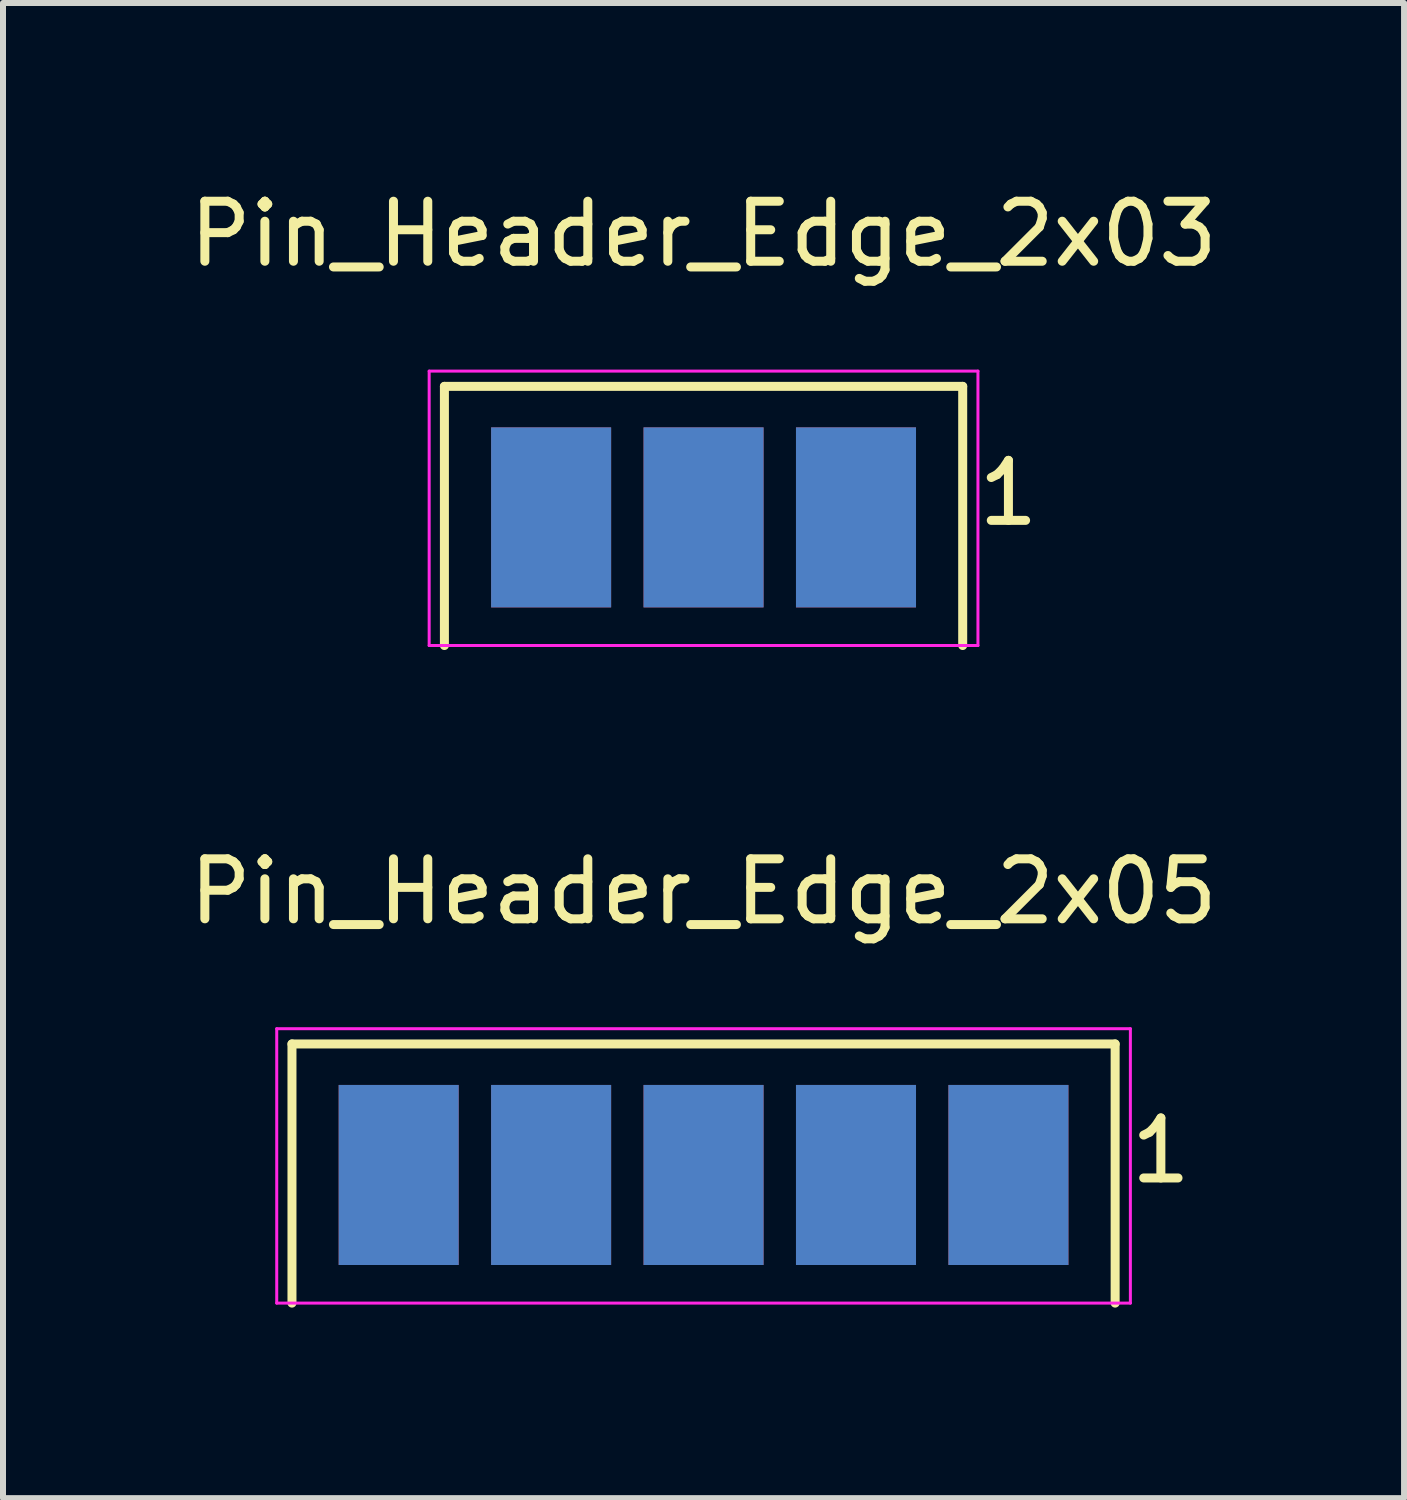
<source format=kicad_pcb>
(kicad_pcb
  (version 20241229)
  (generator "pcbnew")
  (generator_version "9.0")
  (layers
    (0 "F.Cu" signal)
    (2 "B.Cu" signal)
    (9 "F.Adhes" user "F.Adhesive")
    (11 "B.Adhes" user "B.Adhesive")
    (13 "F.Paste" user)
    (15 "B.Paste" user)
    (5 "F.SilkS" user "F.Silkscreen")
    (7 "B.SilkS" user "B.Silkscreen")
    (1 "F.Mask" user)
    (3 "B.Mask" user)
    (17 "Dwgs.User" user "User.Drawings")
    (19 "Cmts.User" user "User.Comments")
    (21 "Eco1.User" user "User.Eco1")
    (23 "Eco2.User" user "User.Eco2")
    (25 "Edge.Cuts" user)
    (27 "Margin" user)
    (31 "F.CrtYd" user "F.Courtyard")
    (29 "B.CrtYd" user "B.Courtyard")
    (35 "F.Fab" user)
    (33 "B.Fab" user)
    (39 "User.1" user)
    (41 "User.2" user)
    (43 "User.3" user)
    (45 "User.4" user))
  (footprint "Pin_Header_Edge_2x05"
    (layer "F.Cu")
    (at 8.673 18.663)
    (property "Reference" "Pin_Header_Edge_2x05" (at 0 -6.858 0) (layer "F.SilkS") (effects (font (size 1 1) (thickness 0.15))))
    (attr through_hole)
    (fp_line (start -6.858 -4.318) (end -6.858 0) (stroke (width 0.15) (type solid)) (layer "F.SilkS"))
    (fp_line (start -6.858 -4.318) (end 6.858 -4.318) (stroke (width 0.15) (type solid)) (layer "F.SilkS"))
    (fp_line (start 6.858 -4.318) (end 6.858 0) (stroke (width 0.15) (type solid)) (layer "F.SilkS"))
    (fp_line (start -7.112 -4.572) (end -7.112 0) (stroke (width 0.05) (type solid)) (layer "F.CrtYd"))
    (fp_line (start -7.112 -4.572) (end 7.112 -4.572) (stroke (width 0.05) (type solid)) (layer "F.CrtYd"))
    (fp_line (start -7.112 0) (end 7.112 0) (stroke (width 0.05) (type solid)) (layer "F.CrtYd"))
    (fp_line (start 7.112 -4.572) (end 7.112 0) (stroke (width 0.05) (type solid)) (layer "F.CrtYd"))
    (fp_text user "1" (at 7.62 -2.54 0) (layer "F.SilkS") (effects (font (size 1 1) (thickness 0.15))))
    (pad "1" smd rect (at 5.08 -2.135 180) (size 2 3) (layers "F.Cu" "F.Mask"))
    (pad "2" smd rect (at 5.08 -2.135 180) (size 2 3) (layers "B.Cu" "B.Mask"))
    (pad "3" smd rect (at 2.54 -2.135) (size 2 3) (layers "F.Cu" "F.Mask"))
    (pad "4" smd rect (at 2.54 -2.135) (size 2 3) (layers "B.Cu" "B.Mask"))
    (pad "5" smd rect (at 0 -2.135) (size 2 3) (layers "F.Cu" "F.Mask"))
    (pad "6" smd rect (at 0 -2.135) (size 2 3) (layers "B.Cu" "B.Mask"))
    (pad "7" smd rect (at -2.54 -2.135) (size 2 3) (layers "F.Cu" "F.Mask"))
    (pad "8" smd rect (at -2.54 -2.135) (size 2 3) (layers "B.Cu" "B.Mask"))
    (pad "9" smd rect (at -5.08 -2.135) (size 2 3) (layers "F.Cu" "F.Mask"))
    (pad "10" smd rect (at -5.08 -2.135) (size 2 3) (layers "B.Cu" "B.Mask")))
  (footprint "Pin_Header_Edge_2x03"
    (layer "F.Cu")
    (at 8.673 7.706)
    (property "Reference" "Pin_Header_Edge_2x03" (at 0 -6.858 0) (layer "F.SilkS") (effects (font (size 1 1) (thickness 0.15))))
    (attr through_hole)
    (fp_line (start -4.318 -4.318) (end -4.318 0) (stroke (width 0.15) (type solid)) (layer "F.SilkS"))
    (fp_line (start -4.318 -4.318) (end 4.318 -4.318) (stroke (width 0.15) (type solid)) (layer "F.SilkS"))
    (fp_line (start 4.318 -4.318) (end 4.318 0) (stroke (width 0.15) (type solid)) (layer "F.SilkS"))
    (fp_line (start -4.572 -4.572) (end -4.572 0) (stroke (width 0.05) (type solid)) (layer "F.CrtYd"))
    (fp_line (start 4.572 -4.572) (end -4.572 -4.572) (stroke (width 0.05) (type solid)) (layer "F.CrtYd"))
    (fp_line (start 4.572 -4.572) (end 4.572 0) (stroke (width 0.05) (type solid)) (layer "F.CrtYd"))
    (fp_line (start 4.572 0) (end -4.572 0) (stroke (width 0.05) (type solid)) (layer "F.CrtYd"))
    (fp_text user "1" (at 5.08 -2.54 0) (layer "F.SilkS") (effects (font (size 1 1) (thickness 0.15))))
    (pad "1" smd rect (at 2.54 -2.135 180) (size 2 3) (layers "F.Cu" "F.Mask"))
    (pad "2" smd rect (at 2.54 -2.135 180) (size 2 3) (layers "B.Cu" "B.Mask"))
    (pad "3" smd rect (at 0 -2.135) (size 2 3) (layers "F.Cu" "F.Mask"))
    (pad "4" smd rect (at 0 -2.135) (size 2 3) (layers "B.Cu" "B.Mask"))
    (pad "5" smd rect (at -2.54 -2.135) (size 2 3) (layers "F.Cu" "F.Mask"))
    (pad "6" smd rect (at -2.54 -2.135) (size 2 3) (layers "B.Cu" "B.Mask")))
  (gr_rect
    (start -3 -3)
    (end 20.345 21.913)
    (stroke (width 0.1) (type default))
    (fill no)
    (layer "Edge.Cuts")))
</source>
